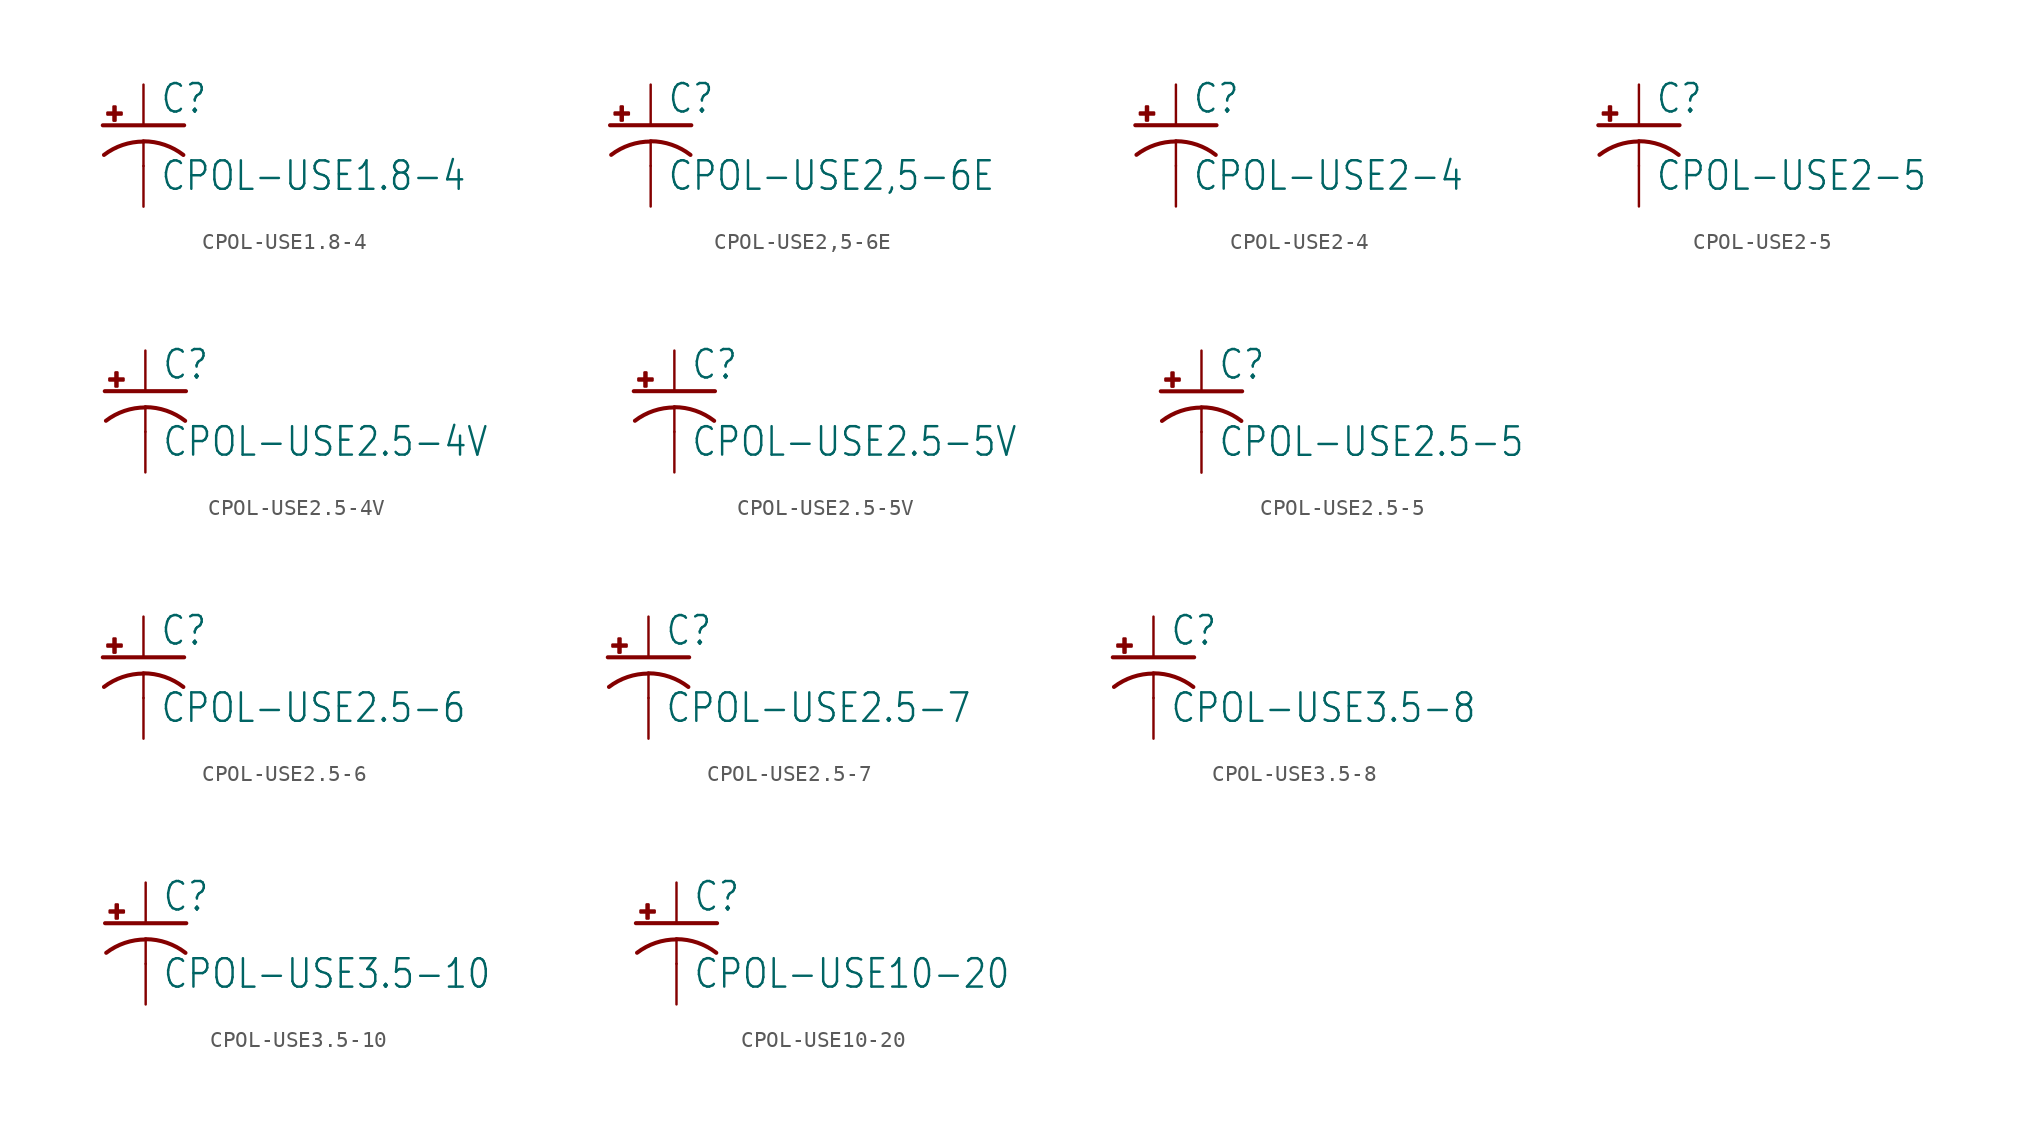
<source format=kicad_sym>
(kicad_symbol_lib
  (version 20220914)
  (generator kicad_symbol_editor)
  (symbol "CPOL-USE1.8-4"
    (property "Reference" "C"
      (at 1.016 0.635 0)
      (effects (font (size 1.778 1.511)) (justify left bottom)))
    (property "Value" "CPOL-USE1.8-4"
      (at 1.016 -4.191 0)
      (effects (font (size 1.778 1.511)) (justify left bottom)))
    (property "ki_locked" ""
      (at 0 0 0)
      (effects (font (size 1.27 1.27))))
    (symbol "CPOL-USE1.8-4_1_0"
      (rectangle (start -2.253 0.668) (end -1.364 0.795) (stroke (width 0) (type default)) (fill (type outline)))
      (rectangle (start -1.872 0.287) (end -1.745 1.176) (stroke (width 0) (type default)) (fill (type outline)))
      (arc (start 0 -1.0161) (mid -1.3021 -1.2302) (end -2.4669 -1.8504) (stroke (width 0.254) (type default)) (fill (type none)))
      (polyline (pts (xy -2.54 0) (xy 2.54 0)) (stroke (width 0.254) (type default)) (fill (type none)))
      (polyline (pts (xy 0 -1.016) (xy 0 -2.54)) (stroke (width 0.152) (type default)) (fill (type none)))
      (arc (start 2.4892 -1.8542) (mid 1.3158 -1.2195) (end 0 -1) (stroke (width 0.254) (type default)) (fill (type none)))
      (pin passive line (at 0 2.54 270) (length 2.54) (name "+" (effects (font (size 0 0)))) (number "+" (effects (font (size 0 0)))))
      (pin passive line (at 0 -5.08 90) (length 2.54) (name "-" (effects (font (size 0 0)))) (number "-" (effects (font (size 0 0)))))))
  (symbol "CPOL-USE2,5-6E"
    (property "Reference" "C"
      (at 1.016 0.635 0)
      (effects (font (size 1.778 1.511)) (justify left bottom)))
    (property "Value" "CPOL-USE2,5-6E"
      (at 1.016 -4.191 0)
      (effects (font (size 1.778 1.511)) (justify left bottom)))
    (property "ki_locked" ""
      (at 0 0 0)
      (effects (font (size 1.27 1.27))))
    (symbol "CPOL-USE2,5-6E_1_0"
      (rectangle (start -2.253 0.668) (end -1.364 0.795) (stroke (width 0) (type default)) (fill (type outline)))
      (rectangle (start -1.872 0.287) (end -1.745 1.176) (stroke (width 0) (type default)) (fill (type outline)))
      (arc (start 0 -1.0161) (mid -1.3021 -1.2302) (end -2.4669 -1.8504) (stroke (width 0.254) (type default)) (fill (type none)))
      (polyline (pts (xy -2.54 0) (xy 2.54 0)) (stroke (width 0.254) (type default)) (fill (type none)))
      (polyline (pts (xy 0 -1.016) (xy 0 -2.54)) (stroke (width 0.152) (type default)) (fill (type none)))
      (arc (start 2.4892 -1.8542) (mid 1.3158 -1.2195) (end 0 -1) (stroke (width 0.254) (type default)) (fill (type none)))
      (pin passive line (at 0 2.54 270) (length 2.54) (name "+" (effects (font (size 0 0)))) (number "+" (effects (font (size 0 0)))))
      (pin passive line (at 0 -5.08 90) (length 2.54) (name "-" (effects (font (size 0 0)))) (number "-" (effects (font (size 0 0)))))))
  (symbol "CPOL-USE2-4"
    (property "Reference" "C"
      (at 1.016 0.635 0)
      (effects (font (size 1.778 1.511)) (justify left bottom)))
    (property "Value" "CPOL-USE2-4"
      (at 1.016 -4.191 0)
      (effects (font (size 1.778 1.511)) (justify left bottom)))
    (property "ki_locked" ""
      (at 0 0 0)
      (effects (font (size 1.27 1.27))))
    (symbol "CPOL-USE2-4_1_0"
      (rectangle (start -2.253 0.668) (end -1.364 0.795) (stroke (width 0) (type default)) (fill (type outline)))
      (rectangle (start -1.872 0.287) (end -1.745 1.176) (stroke (width 0) (type default)) (fill (type outline)))
      (arc (start 0 -1.0161) (mid -1.3021 -1.2302) (end -2.4669 -1.8504) (stroke (width 0.254) (type default)) (fill (type none)))
      (polyline (pts (xy -2.54 0) (xy 2.54 0)) (stroke (width 0.254) (type default)) (fill (type none)))
      (polyline (pts (xy 0 -1.016) (xy 0 -2.54)) (stroke (width 0.152) (type default)) (fill (type none)))
      (arc (start 2.4892 -1.8542) (mid 1.3158 -1.2195) (end 0 -1) (stroke (width 0.254) (type default)) (fill (type none)))
      (pin passive line (at 0 2.54 270) (length 2.54) (name "+" (effects (font (size 0 0)))) (number "+" (effects (font (size 0 0)))))
      (pin passive line (at 0 -5.08 90) (length 2.54) (name "-" (effects (font (size 0 0)))) (number "-" (effects (font (size 0 0)))))))
  (symbol "CPOL-USE2-5"
    (property "Reference" "C"
      (at 1.016 0.635 0)
      (effects (font (size 1.778 1.511)) (justify left bottom)))
    (property "Value" "CPOL-USE2-5"
      (at 1.016 -4.191 0)
      (effects (font (size 1.778 1.511)) (justify left bottom)))
    (property "ki_locked" ""
      (at 0 0 0)
      (effects (font (size 1.27 1.27))))
    (symbol "CPOL-USE2-5_1_0"
      (rectangle (start -2.253 0.668) (end -1.364 0.795) (stroke (width 0) (type default)) (fill (type outline)))
      (rectangle (start -1.872 0.287) (end -1.745 1.176) (stroke (width 0) (type default)) (fill (type outline)))
      (arc (start 0 -1.0161) (mid -1.3021 -1.2302) (end -2.4669 -1.8504) (stroke (width 0.254) (type default)) (fill (type none)))
      (polyline (pts (xy -2.54 0) (xy 2.54 0)) (stroke (width 0.254) (type default)) (fill (type none)))
      (polyline (pts (xy 0 -1.016) (xy 0 -2.54)) (stroke (width 0.152) (type default)) (fill (type none)))
      (arc (start 2.4892 -1.8542) (mid 1.3158 -1.2195) (end 0 -1) (stroke (width 0.254) (type default)) (fill (type none)))
      (pin passive line (at 0 2.54 270) (length 2.54) (name "+" (effects (font (size 0 0)))) (number "+" (effects (font (size 0 0)))))
      (pin passive line (at 0 -5.08 90) (length 2.54) (name "-" (effects (font (size 0 0)))) (number "-" (effects (font (size 0 0)))))))
  (symbol "CPOL-USE2.5-4V"
    (property "Reference" "C"
      (at 1.016 0.635 0)
      (effects (font (size 1.778 1.511)) (justify left bottom)))
    (property "Value" "CPOL-USE2.5-4V"
      (at 1.016 -4.191 0)
      (effects (font (size 1.778 1.511)) (justify left bottom)))
    (property "ki_locked" ""
      (at 0 0 0)
      (effects (font (size 1.27 1.27))))
    (symbol "CPOL-USE2.5-4V_1_0"
      (rectangle (start -2.253 0.668) (end -1.364 0.795) (stroke (width 0) (type default)) (fill (type outline)))
      (rectangle (start -1.872 0.287) (end -1.745 1.176) (stroke (width 0) (type default)) (fill (type outline)))
      (arc (start 0 -1.0161) (mid -1.3021 -1.2302) (end -2.4669 -1.8504) (stroke (width 0.254) (type default)) (fill (type none)))
      (polyline (pts (xy -2.54 0) (xy 2.54 0)) (stroke (width 0.254) (type default)) (fill (type none)))
      (polyline (pts (xy 0 -1.016) (xy 0 -2.54)) (stroke (width 0.152) (type default)) (fill (type none)))
      (arc (start 2.4892 -1.8542) (mid 1.3158 -1.2195) (end 0 -1) (stroke (width 0.254) (type default)) (fill (type none)))
      (pin passive line (at 0 2.54 270) (length 2.54) (name "+" (effects (font (size 0 0)))) (number "+" (effects (font (size 0 0)))))
      (pin passive line (at 0 -5.08 90) (length 2.54) (name "-" (effects (font (size 0 0)))) (number "-" (effects (font (size 0 0)))))))
  (symbol "CPOL-USE2.5-5V"
    (property "Reference" "C"
      (at 1.016 0.635 0)
      (effects (font (size 1.778 1.511)) (justify left bottom)))
    (property "Value" "CPOL-USE2.5-5V"
      (at 1.016 -4.191 0)
      (effects (font (size 1.778 1.511)) (justify left bottom)))
    (property "ki_locked" ""
      (at 0 0 0)
      (effects (font (size 1.27 1.27))))
    (symbol "CPOL-USE2.5-5V_1_0"
      (rectangle (start -2.253 0.668) (end -1.364 0.795) (stroke (width 0) (type default)) (fill (type outline)))
      (rectangle (start -1.872 0.287) (end -1.745 1.176) (stroke (width 0) (type default)) (fill (type outline)))
      (arc (start 0 -1.0161) (mid -1.3021 -1.2302) (end -2.4669 -1.8504) (stroke (width 0.254) (type default)) (fill (type none)))
      (polyline (pts (xy -2.54 0) (xy 2.54 0)) (stroke (width 0.254) (type default)) (fill (type none)))
      (polyline (pts (xy 0 -1.016) (xy 0 -2.54)) (stroke (width 0.152) (type default)) (fill (type none)))
      (arc (start 2.4892 -1.8542) (mid 1.3158 -1.2195) (end 0 -1) (stroke (width 0.254) (type default)) (fill (type none)))
      (pin passive line (at 0 2.54 270) (length 2.54) (name "+" (effects (font (size 0 0)))) (number "+" (effects (font (size 0 0)))))
      (pin passive line (at 0 -5.08 90) (length 2.54) (name "-" (effects (font (size 0 0)))) (number "-" (effects (font (size 0 0)))))))
  (symbol "CPOL-USE2.5-5"
    (property "Reference" "C"
      (at 1.016 0.635 0)
      (effects (font (size 1.778 1.511)) (justify left bottom)))
    (property "Value" "CPOL-USE2.5-5"
      (at 1.016 -4.191 0)
      (effects (font (size 1.778 1.511)) (justify left bottom)))
    (property "ki_locked" ""
      (at 0 0 0)
      (effects (font (size 1.27 1.27))))
    (symbol "CPOL-USE2.5-5_1_0"
      (rectangle (start -2.253 0.668) (end -1.364 0.795) (stroke (width 0) (type default)) (fill (type outline)))
      (rectangle (start -1.872 0.287) (end -1.745 1.176) (stroke (width 0) (type default)) (fill (type outline)))
      (arc (start 0 -1.0161) (mid -1.3021 -1.2302) (end -2.4669 -1.8504) (stroke (width 0.254) (type default)) (fill (type none)))
      (polyline (pts (xy -2.54 0) (xy 2.54 0)) (stroke (width 0.254) (type default)) (fill (type none)))
      (polyline (pts (xy 0 -1.016) (xy 0 -2.54)) (stroke (width 0.152) (type default)) (fill (type none)))
      (arc (start 2.4892 -1.8542) (mid 1.3158 -1.2195) (end 0 -1) (stroke (width 0.254) (type default)) (fill (type none)))
      (pin passive line (at 0 2.54 270) (length 2.54) (name "+" (effects (font (size 0 0)))) (number "+" (effects (font (size 0 0)))))
      (pin passive line (at 0 -5.08 90) (length 2.54) (name "-" (effects (font (size 0 0)))) (number "-" (effects (font (size 0 0)))))))
  (symbol "CPOL-USE2.5-6"
    (property "Reference" "C"
      (at 1.016 0.635 0)
      (effects (font (size 1.778 1.511)) (justify left bottom)))
    (property "Value" "CPOL-USE2.5-6"
      (at 1.016 -4.191 0)
      (effects (font (size 1.778 1.511)) (justify left bottom)))
    (property "ki_locked" ""
      (at 0 0 0)
      (effects (font (size 1.27 1.27))))
    (symbol "CPOL-USE2.5-6_1_0"
      (rectangle (start -2.253 0.668) (end -1.364 0.795) (stroke (width 0) (type default)) (fill (type outline)))
      (rectangle (start -1.872 0.287) (end -1.745 1.176) (stroke (width 0) (type default)) (fill (type outline)))
      (arc (start 0 -1.0161) (mid -1.3021 -1.2302) (end -2.4669 -1.8504) (stroke (width 0.254) (type default)) (fill (type none)))
      (polyline (pts (xy -2.54 0) (xy 2.54 0)) (stroke (width 0.254) (type default)) (fill (type none)))
      (polyline (pts (xy 0 -1.016) (xy 0 -2.54)) (stroke (width 0.152) (type default)) (fill (type none)))
      (arc (start 2.4892 -1.8542) (mid 1.3158 -1.2195) (end 0 -1) (stroke (width 0.254) (type default)) (fill (type none)))
      (pin passive line (at 0 2.54 270) (length 2.54) (name "+" (effects (font (size 0 0)))) (number "+" (effects (font (size 0 0)))))
      (pin passive line (at 0 -5.08 90) (length 2.54) (name "-" (effects (font (size 0 0)))) (number "-" (effects (font (size 0 0)))))))
  (symbol "CPOL-USE2.5-7"
    (property "Reference" "C"
      (at 1.016 0.635 0)
      (effects (font (size 1.778 1.511)) (justify left bottom)))
    (property "Value" "CPOL-USE2.5-7"
      (at 1.016 -4.191 0)
      (effects (font (size 1.778 1.511)) (justify left bottom)))
    (property "ki_locked" ""
      (at 0 0 0)
      (effects (font (size 1.27 1.27))))
    (symbol "CPOL-USE2.5-7_1_0"
      (rectangle (start -2.253 0.668) (end -1.364 0.795) (stroke (width 0) (type default)) (fill (type outline)))
      (rectangle (start -1.872 0.287) (end -1.745 1.176) (stroke (width 0) (type default)) (fill (type outline)))
      (arc (start 0 -1.0161) (mid -1.3021 -1.2302) (end -2.4669 -1.8504) (stroke (width 0.254) (type default)) (fill (type none)))
      (polyline (pts (xy -2.54 0) (xy 2.54 0)) (stroke (width 0.254) (type default)) (fill (type none)))
      (polyline (pts (xy 0 -1.016) (xy 0 -2.54)) (stroke (width 0.152) (type default)) (fill (type none)))
      (arc (start 2.4892 -1.8542) (mid 1.3158 -1.2195) (end 0 -1) (stroke (width 0.254) (type default)) (fill (type none)))
      (pin passive line (at 0 2.54 270) (length 2.54) (name "+" (effects (font (size 0 0)))) (number "+" (effects (font (size 0 0)))))
      (pin passive line (at 0 -5.08 90) (length 2.54) (name "-" (effects (font (size 0 0)))) (number "-" (effects (font (size 0 0)))))))
  (symbol "CPOL-USE3.5-8"
    (property "Reference" "C"
      (at 1.016 0.635 0)
      (effects (font (size 1.778 1.511)) (justify left bottom)))
    (property "Value" "CPOL-USE3.5-8"
      (at 1.016 -4.191 0)
      (effects (font (size 1.778 1.511)) (justify left bottom)))
    (property "ki_locked" ""
      (at 0 0 0)
      (effects (font (size 1.27 1.27))))
    (symbol "CPOL-USE3.5-8_1_0"
      (rectangle (start -2.253 0.668) (end -1.364 0.795) (stroke (width 0) (type default)) (fill (type outline)))
      (rectangle (start -1.872 0.287) (end -1.745 1.176) (stroke (width 0) (type default)) (fill (type outline)))
      (arc (start 0 -1.0161) (mid -1.3021 -1.2302) (end -2.4669 -1.8504) (stroke (width 0.254) (type default)) (fill (type none)))
      (polyline (pts (xy -2.54 0) (xy 2.54 0)) (stroke (width 0.254) (type default)) (fill (type none)))
      (polyline (pts (xy 0 -1.016) (xy 0 -2.54)) (stroke (width 0.152) (type default)) (fill (type none)))
      (arc (start 2.4892 -1.8542) (mid 1.3158 -1.2195) (end 0 -1) (stroke (width 0.254) (type default)) (fill (type none)))
      (pin passive line (at 0 2.54 270) (length 2.54) (name "+" (effects (font (size 0 0)))) (number "+" (effects (font (size 0 0)))))
      (pin passive line (at 0 -5.08 90) (length 2.54) (name "-" (effects (font (size 0 0)))) (number "-" (effects (font (size 0 0)))))))
  (symbol "CPOL-USE3.5-10"
    (property "Reference" "C"
      (at 1.016 0.635 0)
      (effects (font (size 1.778 1.511)) (justify left bottom)))
    (property "Value" "CPOL-USE3.5-10"
      (at 1.016 -4.191 0)
      (effects (font (size 1.778 1.511)) (justify left bottom)))
    (property "ki_locked" ""
      (at 0 0 0)
      (effects (font (size 1.27 1.27))))
    (symbol "CPOL-USE3.5-10_1_0"
      (rectangle (start -2.253 0.668) (end -1.364 0.795) (stroke (width 0) (type default)) (fill (type outline)))
      (rectangle (start -1.872 0.287) (end -1.745 1.176) (stroke (width 0) (type default)) (fill (type outline)))
      (arc (start 0 -1.0161) (mid -1.3021 -1.2302) (end -2.4669 -1.8504) (stroke (width 0.254) (type default)) (fill (type none)))
      (polyline (pts (xy -2.54 0) (xy 2.54 0)) (stroke (width 0.254) (type default)) (fill (type none)))
      (polyline (pts (xy 0 -1.016) (xy 0 -2.54)) (stroke (width 0.152) (type default)) (fill (type none)))
      (arc (start 2.4892 -1.8542) (mid 1.3158 -1.2195) (end 0 -1) (stroke (width 0.254) (type default)) (fill (type none)))
      (pin passive line (at 0 2.54 270) (length 2.54) (name "+" (effects (font (size 0 0)))) (number "+" (effects (font (size 0 0)))))
      (pin passive line (at 0 -5.08 90) (length 2.54) (name "-" (effects (font (size 0 0)))) (number "-" (effects (font (size 0 0)))))))
  (symbol "CPOL-USE10-20"
    (property "Reference" "C"
      (at 1.016 0.635 0)
      (effects (font (size 1.778 1.511)) (justify left bottom)))
    (property "Value" "CPOL-USE10-20"
      (at 1.016 -4.191 0)
      (effects (font (size 1.778 1.511)) (justify left bottom)))
    (property "ki_locked" ""
      (at 0 0 0)
      (effects (font (size 1.27 1.27))))
    (symbol "CPOL-USE10-20_1_0"
      (rectangle (start -2.253 0.668) (end -1.364 0.795) (stroke (width 0) (type default)) (fill (type outline)))
      (rectangle (start -1.872 0.287) (end -1.745 1.176) (stroke (width 0) (type default)) (fill (type outline)))
      (arc (start 0 -1.0161) (mid -1.3021 -1.2302) (end -2.4669 -1.8504) (stroke (width 0.254) (type default)) (fill (type none)))
      (polyline (pts (xy -2.54 0) (xy 2.54 0)) (stroke (width 0.254) (type default)) (fill (type none)))
      (polyline (pts (xy 0 -1.016) (xy 0 -2.54)) (stroke (width 0.152) (type default)) (fill (type none)))
      (arc (start 2.4892 -1.8542) (mid 1.3158 -1.2195) (end 0 -1) (stroke (width 0.254) (type default)) (fill (type none)))
      (pin passive line (at 0 2.54 270) (length 2.54) (name "+" (effects (font (size 0 0)))) (number "+" (effects (font (size 0 0)))))
      (pin passive line (at 0 -5.08 90) (length 2.54) (name "-" (effects (font (size 0 0)))) (number "-" (effects (font (size 0 0))))))))
</source>
